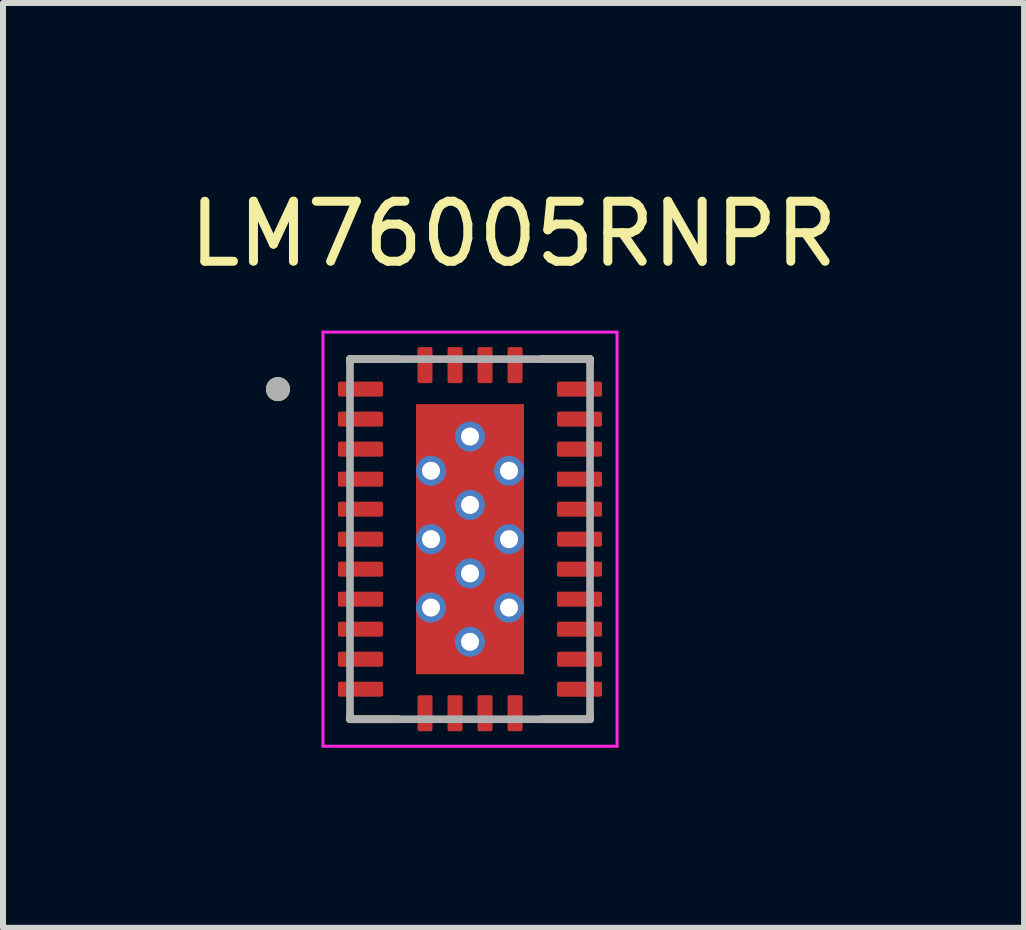
<source format=kicad_pcb>
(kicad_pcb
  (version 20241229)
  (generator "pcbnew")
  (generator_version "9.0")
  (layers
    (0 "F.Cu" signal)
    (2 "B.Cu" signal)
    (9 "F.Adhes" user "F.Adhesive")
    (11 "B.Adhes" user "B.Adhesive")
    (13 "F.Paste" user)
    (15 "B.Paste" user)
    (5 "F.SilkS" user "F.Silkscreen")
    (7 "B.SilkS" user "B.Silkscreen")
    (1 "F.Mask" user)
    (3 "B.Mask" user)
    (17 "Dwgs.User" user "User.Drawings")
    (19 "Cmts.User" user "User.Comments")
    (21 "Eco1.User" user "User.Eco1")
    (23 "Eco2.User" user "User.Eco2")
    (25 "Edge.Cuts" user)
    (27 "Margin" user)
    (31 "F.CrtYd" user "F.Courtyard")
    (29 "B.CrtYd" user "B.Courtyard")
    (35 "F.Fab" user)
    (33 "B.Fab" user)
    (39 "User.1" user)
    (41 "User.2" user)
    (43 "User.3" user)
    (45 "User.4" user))
  (footprint "LM76005RNPR"
    (layer "F.Cu")
    (at 4.781 5.933)
    (property "Reference" "LM76005RNPR" (at 0.725 -5.085 0) (layer "F.SilkS") (effects (font (size 1 1) (thickness 0.15))))
    (attr smd)
    (fp_line (start -2 -2.945) (end -2 -3) (stroke (width 0.127) (type solid)) (layer "F.SilkS"))
    (fp_line (start -2 3) (end -2 2.945) (stroke (width 0.127) (type solid)) (layer "F.SilkS"))
    (fp_line (start -1.195 -3) (end -2 -3) (stroke (width 0.127) (type solid)) (layer "F.SilkS"))
    (fp_line (start -1.195 3) (end -2 3) (stroke (width 0.127) (type solid)) (layer "F.SilkS"))
    (fp_line (start 2 -3) (end 1.195 -3) (stroke (width 0.127) (type solid)) (layer "F.SilkS"))
    (fp_line (start 2 -2.945) (end 2 -3) (stroke (width 0.127) (type solid)) (layer "F.SilkS"))
    (fp_line (start 2 3) (end 1.195 3) (stroke (width 0.127) (type solid)) (layer "F.SilkS"))
    (fp_line (start 2 3) (end 2 2.945) (stroke (width 0.127) (type solid)) (layer "F.SilkS"))
    (fp_circle (center -3.2 -2.5) (end -3.1 -2.5) (stroke (width 0.2) (type solid)) (fill no) (layer "F.SilkS"))
    (fp_poly (pts (xy -0.9 -2.18) (xy -0.1 -2.18) (xy -0.1 -1.24) (xy -0.9 -1.24)) (stroke (width 0.01) (type solid)) (fill yes) (layer "F.Paste"))
    (fp_poly (pts (xy -0.9 -1.04) (xy -0.1 -1.04) (xy -0.1 -0.1) (xy -0.9 -0.1)) (stroke (width 0.01) (type solid)) (fill yes) (layer "F.Paste"))
    (fp_poly (pts (xy -0.9 0.1) (xy -0.1 0.1) (xy -0.1 1.04) (xy -0.9 1.04)) (stroke (width 0.01) (type solid)) (fill yes) (layer "F.Paste"))
    (fp_poly (pts (xy -0.9 1.24) (xy -0.1 1.24) (xy -0.1 2.18) (xy -0.9 2.18)) (stroke (width 0.01) (type solid)) (fill yes) (layer "F.Paste"))
    (fp_poly (pts (xy 0.1 -2.18) (xy 0.9 -2.18) (xy 0.9 -1.24) (xy 0.1 -1.24)) (stroke (width 0.01) (type solid)) (fill yes) (layer "F.Paste"))
    (fp_poly (pts (xy 0.1 -1.04) (xy 0.9 -1.04) (xy 0.9 -0.1) (xy 0.1 -0.1)) (stroke (width 0.01) (type solid)) (fill yes) (layer "F.Paste"))
    (fp_poly (pts (xy 0.1 0.1) (xy 0.9 0.1) (xy 0.9 1.04) (xy 0.1 1.04)) (stroke (width 0.01) (type solid)) (fill yes) (layer "F.Paste"))
    (fp_poly (pts (xy 0.1 1.24) (xy 0.9 1.24) (xy 0.9 2.18) (xy 0.1 2.18)) (stroke (width 0.01) (type solid)) (fill yes) (layer "F.Paste"))
    (fp_line (start -2.45 -3.45) (end -2.45 3.45) (stroke (width 0.05) (type solid)) (layer "F.CrtYd"))
    (fp_line (start -2.45 3.45) (end 2.45 3.45) (stroke (width 0.05) (type solid)) (layer "F.CrtYd"))
    (fp_line (start 2.45 -3.45) (end -2.45 -3.45) (stroke (width 0.05) (type solid)) (layer "F.CrtYd"))
    (fp_line (start 2.45 3.45) (end 2.45 -3.45) (stroke (width 0.05) (type solid)) (layer "F.CrtYd"))
    (fp_line (start -2 3) (end -2 -3) (stroke (width 0.127) (type solid)) (layer "F.Fab"))
    (fp_line (start 2 -3) (end -2 -3) (stroke (width 0.127) (type solid)) (layer "F.Fab"))
    (fp_line (start 2 3) (end -2 3) (stroke (width 0.127) (type solid)) (layer "F.Fab"))
    (fp_line (start 2 3) (end 2 -3) (stroke (width 0.127) (type solid)) (layer "F.Fab"))
    (fp_circle (center -3.2 -2.5) (end -3.1 -2.5) (stroke (width 0.2) (type solid)) (fill no) (layer "F.Fab"))
    (pad "1" smd roundrect (at -1.825 -2.5) (size 0.75 0.25) (layers "F.Cu" "F.Mask" "F.Paste") (roundrect_rratio 0.125))
    (pad "2" smd roundrect (at -1.825 -2) (size 0.75 0.25) (layers "F.Cu" "F.Mask" "F.Paste") (roundrect_rratio 0.125))
    (pad "3" smd roundrect (at -1.825 -1.5) (size 0.75 0.25) (layers "F.Cu" "F.Mask" "F.Paste") (roundrect_rratio 0.125))
    (pad "4" smd roundrect (at -1.825 -1) (size 0.75 0.25) (layers "F.Cu" "F.Mask" "F.Paste") (roundrect_rratio 0.125))
    (pad "5" smd roundrect (at -1.825 -0.5) (size 0.75 0.25) (layers "F.Cu" "F.Mask" "F.Paste") (roundrect_rratio 0.125))
    (pad "6" smd roundrect (at -1.825 0) (size 0.75 0.25) (layers "F.Cu" "F.Mask" "F.Paste") (roundrect_rratio 0.125))
    (pad "7" smd roundrect (at -1.825 0.5) (size 0.75 0.25) (layers "F.Cu" "F.Mask" "F.Paste") (roundrect_rratio 0.125))
    (pad "8" smd roundrect (at -1.825 1) (size 0.75 0.25) (layers "F.Cu" "F.Mask" "F.Paste") (roundrect_rratio 0.125))
    (pad "9" smd roundrect (at -1.825 1.5) (size 0.75 0.25) (layers "F.Cu" "F.Mask" "F.Paste") (roundrect_rratio 0.125))
    (pad "10" smd roundrect (at -1.825 2) (size 0.75 0.25) (layers "F.Cu" "F.Mask" "F.Paste") (roundrect_rratio 0.125))
    (pad "11" smd roundrect (at -1.825 2.5) (size 0.75 0.25) (layers "F.Cu" "F.Mask" "F.Paste") (roundrect_rratio 0.125))
    (pad "12" smd roundrect (at -0.75 2.9) (size 0.25 0.6) (layers "F.Cu" "F.Mask" "F.Paste") (roundrect_rratio 0.125))
    (pad "13" smd roundrect (at -0.25 2.9) (size 0.25 0.6) (layers "F.Cu" "F.Mask" "F.Paste") (roundrect_rratio 0.125))
    (pad "14" smd roundrect (at 0.25 2.9) (size 0.25 0.6) (layers "F.Cu" "F.Mask" "F.Paste") (roundrect_rratio 0.125))
    (pad "15" smd roundrect (at 0.75 2.9) (size 0.25 0.6) (layers "F.Cu" "F.Mask" "F.Paste") (roundrect_rratio 0.125))
    (pad "16" smd roundrect (at 1.825 2.5) (size 0.75 0.25) (layers "F.Cu" "F.Mask" "F.Paste") (roundrect_rratio 0.125))
    (pad "17" smd roundrect (at 1.825 2) (size 0.75 0.25) (layers "F.Cu" "F.Mask" "F.Paste") (roundrect_rratio 0.125))
    (pad "18" smd roundrect (at 1.825 1.5) (size 0.75 0.25) (layers "F.Cu" "F.Mask" "F.Paste") (roundrect_rratio 0.125))
    (pad "19" smd roundrect (at 1.825 1) (size 0.75 0.25) (layers "F.Cu" "F.Mask" "F.Paste") (roundrect_rratio 0.125))
    (pad "20" smd roundrect (at 1.825 0.5) (size 0.75 0.25) (layers "F.Cu" "F.Mask" "F.Paste") (roundrect_rratio 0.125))
    (pad "21" smd roundrect (at 1.825 0) (size 0.75 0.25) (layers "F.Cu" "F.Mask" "F.Paste") (roundrect_rratio 0.125))
    (pad "22" smd roundrect (at 1.825 -0.5) (size 0.75 0.25) (layers "F.Cu" "F.Mask" "F.Paste") (roundrect_rratio 0.125))
    (pad "23" smd roundrect (at 1.825 -1) (size 0.75 0.25) (layers "F.Cu" "F.Mask" "F.Paste") (roundrect_rratio 0.125))
    (pad "24" smd roundrect (at 1.825 -1.5) (size 0.75 0.25) (layers "F.Cu" "F.Mask" "F.Paste") (roundrect_rratio 0.125))
    (pad "25" smd roundrect (at 1.825 -2) (size 0.75 0.25) (layers "F.Cu" "F.Mask" "F.Paste") (roundrect_rratio 0.125))
    (pad "26" smd roundrect (at 1.825 -2.5) (size 0.75 0.25) (layers "F.Cu" "F.Mask" "F.Paste") (roundrect_rratio 0.125))
    (pad "27" smd roundrect (at 0.75 -2.9) (size 0.25 0.6) (layers "F.Cu" "F.Mask" "F.Paste") (roundrect_rratio 0.125))
    (pad "28" smd roundrect (at 0.25 -2.9) (size 0.25 0.6) (layers "F.Cu" "F.Mask" "F.Paste") (roundrect_rratio 0.125))
    (pad "29" smd roundrect (at -0.25 -2.9) (size 0.25 0.6) (layers "F.Cu" "F.Mask" "F.Paste") (roundrect_rratio 0.125))
    (pad "30" smd roundrect (at -0.75 -2.9) (size 0.25 0.6) (layers "F.Cu" "F.Mask" "F.Paste") (roundrect_rratio 0.125))
    (pad "31" thru_hole circle (at -0.65 -1.14) (size 0.5 0.5) (drill 0.3) (layers "*.Cu"))
    (pad "31" thru_hole circle (at -0.65 0) (size 0.5 0.5) (drill 0.3) (layers "*.Cu"))
    (pad "31" thru_hole circle (at -0.65 1.14) (size 0.5 0.5) (drill 0.3) (layers "*.Cu"))
    (pad "31" thru_hole circle (at 0 -1.71) (size 0.5 0.5) (drill 0.3) (layers "*.Cu"))
    (pad "31" thru_hole circle (at 0 -0.57) (size 0.5 0.5) (drill 0.3) (layers "*.Cu"))
    (pad "31" smd rect (at 0 0) (size 1.8 4.5) (layers "F.Cu" "F.Mask"))
    (pad "31" thru_hole circle (at 0 0.57) (size 0.5 0.5) (drill 0.3) (layers "*.Cu"))
    (pad "31" thru_hole circle (at 0 1.71) (size 0.5 0.5) (drill 0.3) (layers "*.Cu"))
    (pad "31" thru_hole circle (at 0.65 -1.14) (size 0.5 0.5) (drill 0.3) (layers "*.Cu"))
    (pad "31" thru_hole circle (at 0.65 0) (size 0.5 0.5) (drill 0.3) (layers "*.Cu"))
    (pad "31" thru_hole circle (at 0.65 1.14) (size 0.5 0.5) (drill 0.3) (layers "*.Cu")))
  (gr_rect
    (start -3 -3)
    (end 14.012 12.408)
    (stroke (width 0.1) (type default))
    (fill no)
    (layer "Edge.Cuts")))
</source>
